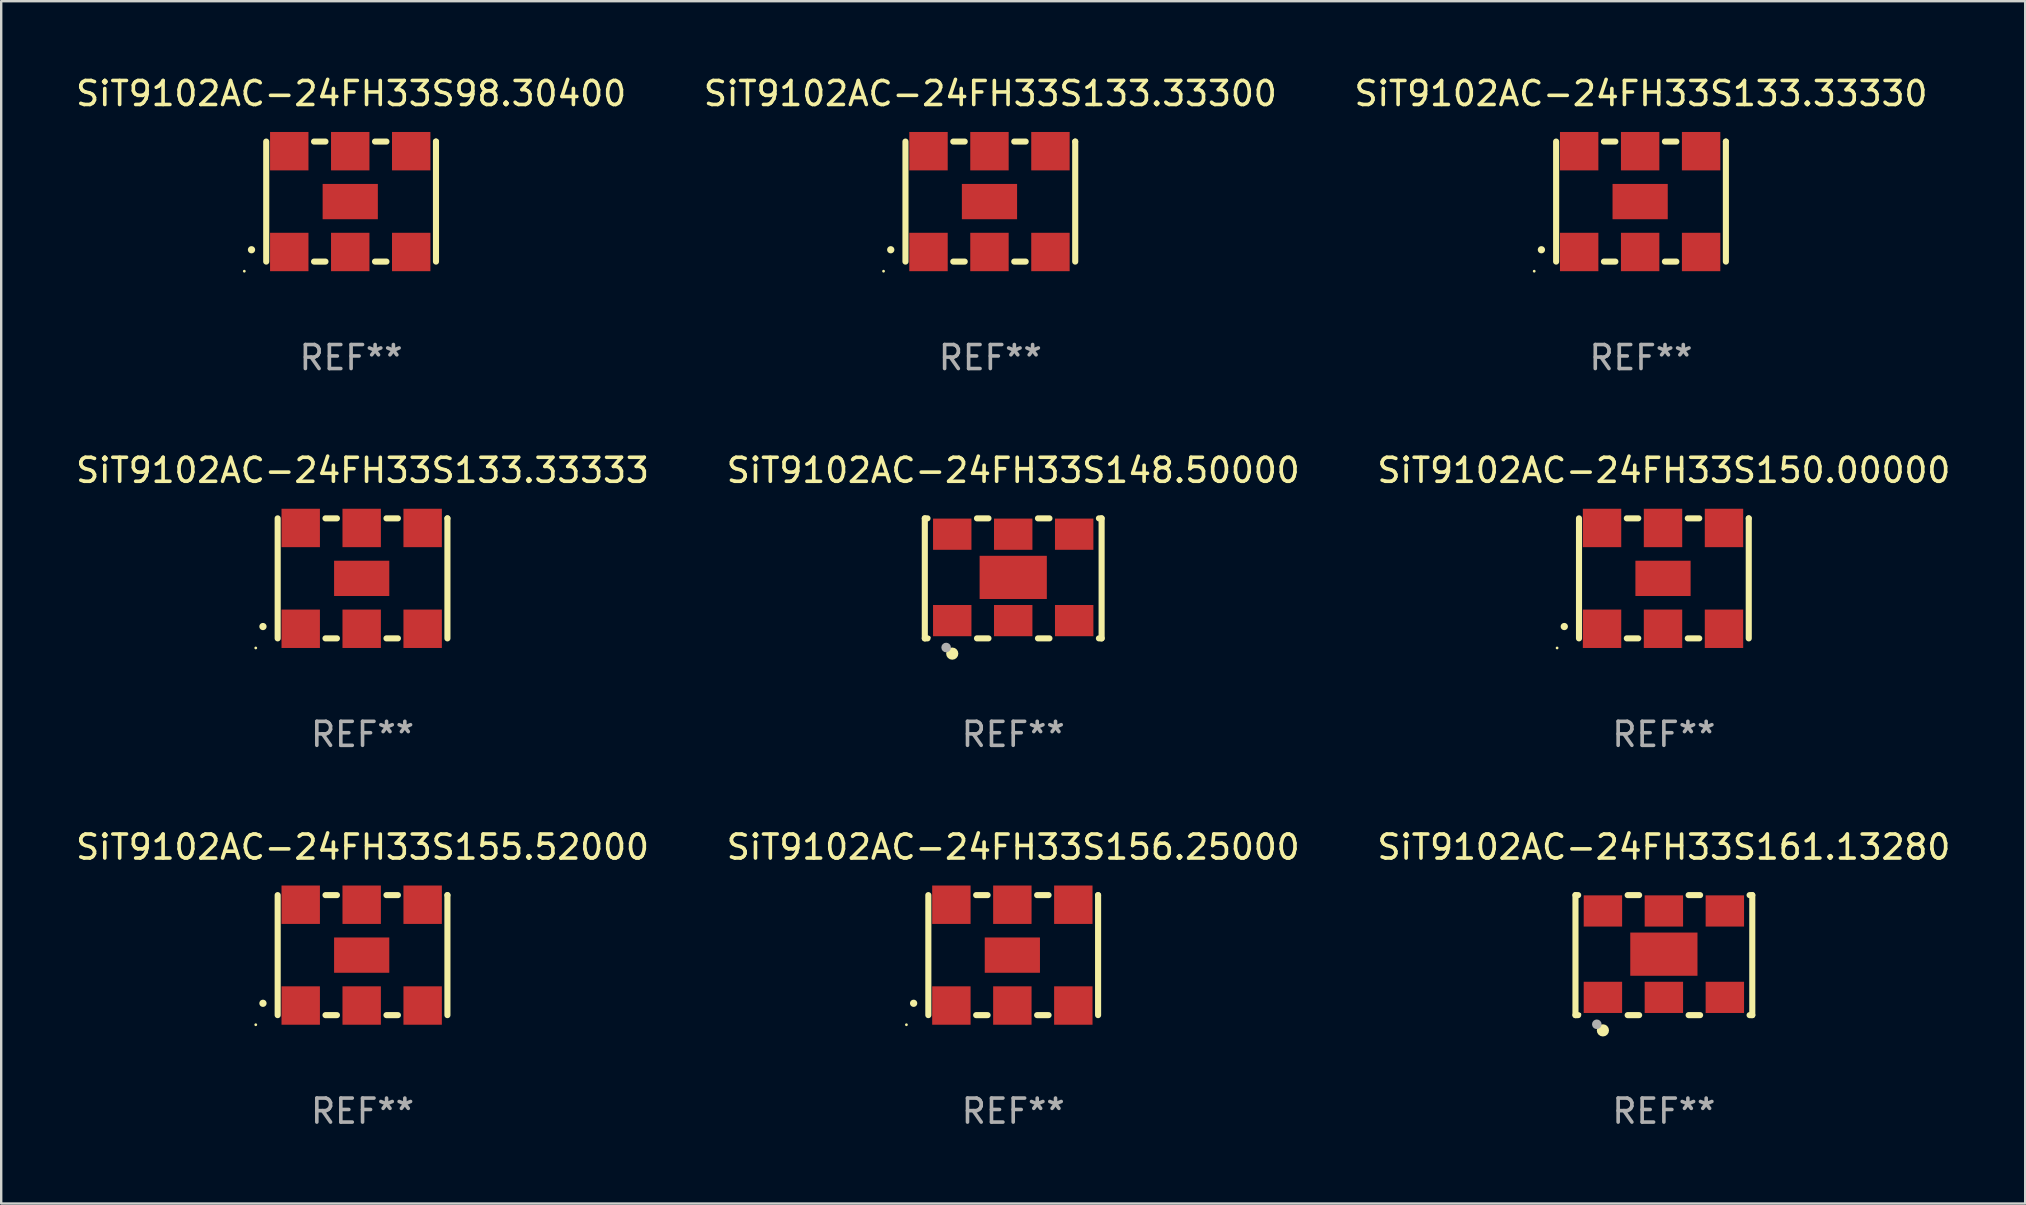
<source format=kicad_pcb>
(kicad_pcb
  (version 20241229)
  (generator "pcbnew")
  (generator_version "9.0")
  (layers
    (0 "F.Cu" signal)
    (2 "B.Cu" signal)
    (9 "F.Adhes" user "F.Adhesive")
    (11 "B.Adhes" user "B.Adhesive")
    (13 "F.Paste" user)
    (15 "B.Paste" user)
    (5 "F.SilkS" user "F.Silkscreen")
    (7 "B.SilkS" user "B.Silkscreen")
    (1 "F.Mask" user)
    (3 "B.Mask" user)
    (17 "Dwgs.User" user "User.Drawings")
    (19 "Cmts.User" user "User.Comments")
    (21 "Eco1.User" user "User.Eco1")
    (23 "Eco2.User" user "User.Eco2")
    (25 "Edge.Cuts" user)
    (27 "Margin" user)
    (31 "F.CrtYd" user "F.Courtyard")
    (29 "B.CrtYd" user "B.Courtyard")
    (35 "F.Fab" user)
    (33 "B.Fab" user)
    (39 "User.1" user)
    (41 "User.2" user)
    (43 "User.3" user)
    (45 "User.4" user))
  (footprint "SiT9102AC-24FH33S148.50000"
    (layer "F.Cu")
    (at 39.161 21.045)
    (property "Reference" "SiT9102AC-24FH33S148.50000" (at 0 -4.5 0) (layer "F.SilkS") (effects (font (size 1 1) (thickness 0.15))))
    (attr through_hole)
    (fp_line (start -3.683 -2.5) (end -3.571 -2.5) (stroke (width 0.254) (type solid)) (layer "F.SilkS"))
    (fp_line (start -3.683 2.5) (end -3.683 -2.5) (stroke (width 0.254) (type solid)) (layer "F.SilkS"))
    (fp_line (start -3.683 2.5) (end -3.571 2.5) (stroke (width 0.254) (type solid)) (layer "F.SilkS"))
    (fp_line (start -1.509 -2.5) (end -1.031 -2.5) (stroke (width 0.254) (type solid)) (layer "F.SilkS"))
    (fp_line (start -1.509 2.5) (end -1.031 2.5) (stroke (width 0.254) (type solid)) (layer "F.SilkS"))
    (fp_line (start 1.031 -2.5) (end 1.509 -2.5) (stroke (width 0.254) (type solid)) (layer "F.SilkS"))
    (fp_line (start 1.031 2.5) (end 1.509 2.5) (stroke (width 0.254) (type solid)) (layer "F.SilkS"))
    (fp_line (start 3.571 -2.5) (end 3.683 -2.5) (stroke (width 0.254) (type solid)) (layer "F.SilkS"))
    (fp_line (start 3.571 2.5) (end 3.683 2.5) (stroke (width 0.254) (type solid)) (layer "F.SilkS"))
    (fp_line (start 3.683 2.5) (end 3.683 -2.5) (stroke (width 0.254) (type solid)) (layer "F.SilkS"))
    (fp_circle (center -3.5 2.46) (end -3.47 2.46) (stroke (width 0.06) (type solid)) (fill no) (layer "F.SilkS"))
    (fp_circle (center -2.54 3.135) (end -2.413 3.135) (stroke (width 0.254) (type solid)) (fill no) (layer "F.SilkS"))
    (fp_circle (center -2.794 2.881) (end -2.694 2.881) (stroke (width 0.2) (type solid)) (fill no) (layer "F.Fab"))
    (fp_text user "REF**" (at 0 6.5 0) (layer "F.Fab") (effects (font (size 1 1) (thickness 0.15))))
    (pad "1" smd rect (at -2.54 1.76) (size 1.6 1.3) (layers "F.Cu" "F.Mask" "F.Paste"))
    (pad "2" smd rect (at 0 1.76) (size 1.6 1.3) (layers "F.Cu" "F.Mask" "F.Paste"))
    (pad "3" smd rect (at 2.54 1.76) (size 1.6 1.3) (layers "F.Cu" "F.Mask" "F.Paste"))
    (pad "4" smd rect (at 2.54 -1.84) (size 1.6 1.3) (layers "F.Cu" "F.Mask" "F.Paste"))
    (pad "5" smd rect (at 0 -1.84) (size 1.6 1.3) (layers "F.Cu" "F.Mask" "F.Paste"))
    (pad "6" smd rect (at -2.54 -1.84) (size 1.6 1.3) (layers "F.Cu" "F.Mask" "F.Paste"))
    (pad "7" smd rect (at 0 -0.04) (size 2.8 1.8) (layers "F.Cu" "F.Mask" "F.Paste")))
  (footprint "SiT9102AC-24FH33S133.33300"
    (layer "F.Cu")
    (at 38.208 5.348)
    (property "Reference" "SiT9102AC-24FH33S133.33300" (at 0 -4.5 0) (layer "F.SilkS") (effects (font (size 1 1) (thickness 0.15))))
    (attr through_hole)
    (fp_line (start -3.536 -2.5) (end -3.536 2.5) (stroke (width 0.254) (type solid)) (layer "F.SilkS"))
    (fp_line (start -1.544 2.5) (end -1.067 2.5) (stroke (width 0.254) (type solid)) (layer "F.SilkS"))
    (fp_line (start -1.067 -2.5) (end -1.544 -2.5) (stroke (width 0.254) (type solid)) (layer "F.SilkS"))
    (fp_line (start 0.996 2.5) (end 1.473 2.5) (stroke (width 0.254) (type solid)) (layer "F.SilkS"))
    (fp_line (start 1.473 -2.5) (end 0.996 -2.5) (stroke (width 0.254) (type solid)) (layer "F.SilkS"))
    (fp_line (start 3.536 -2.5) (end 3.536 -2.5) (stroke (width 0.254) (type solid)) (layer "F.SilkS"))
    (fp_line (start 3.536 2.5) (end 3.536 -2.5) (stroke (width 0.254) (type solid)) (layer "F.SilkS"))
    (fp_arc (start -4.150432 2.006604) (mid -4.149162 2.006599) (end -4.147892 2.006604) (stroke (width 0.3) (type solid)) (layer "F.SilkS"))
    (fp_circle (center -4.449 2.9) (end -4.419 2.9) (stroke (width 0.06) (type solid)) (fill no) (layer "F.SilkS"))
    (fp_text user "REF**" (at 0 6.5 0) (layer "F.Fab") (effects (font (size 1 1) (thickness 0.15))))
    (pad "1" smd rect (at -2.576 2.1) (size 1.6 1.6) (layers "F.Cu" "F.Mask" "F.Paste"))
    (pad "2" smd rect (at -0.036 2.1) (size 1.6 1.6) (layers "F.Cu" "F.Mask" "F.Paste"))
    (pad "3" smd rect (at 2.504 2.1) (size 1.6 1.6) (layers "F.Cu" "F.Mask" "F.Paste"))
    (pad "4" smd rect (at 2.504 -2.1) (size 1.6 1.6) (layers "F.Cu" "F.Mask" "F.Paste"))
    (pad "5" smd rect (at -0.036 -2.1) (size 1.6 1.6) (layers "F.Cu" "F.Mask" "F.Paste"))
    (pad "6" smd rect (at -2.576 -2.1) (size 1.6 1.6) (layers "F.Cu" "F.Mask" "F.Paste"))
    (pad "7" smd rect (at -0.036 0) (size 2.3 1.47) (layers "F.Cu" "F.Mask" "F.Paste")))
  (footprint "SiT9102AC-24FH33S133.33330"
    (layer "F.Cu")
    (at 65.315 5.348)
    (property "Reference" "SiT9102AC-24FH33S133.33330" (at 0 -4.5 0) (layer "F.SilkS") (effects (font (size 1 1) (thickness 0.15))))
    (attr through_hole)
    (fp_line (start -3.536 -2.5) (end -3.536 2.5) (stroke (width 0.254) (type solid)) (layer "F.SilkS"))
    (fp_line (start -1.544 2.5) (end -1.067 2.5) (stroke (width 0.254) (type solid)) (layer "F.SilkS"))
    (fp_line (start -1.067 -2.5) (end -1.544 -2.5) (stroke (width 0.254) (type solid)) (layer "F.SilkS"))
    (fp_line (start 0.996 2.5) (end 1.473 2.5) (stroke (width 0.254) (type solid)) (layer "F.SilkS"))
    (fp_line (start 1.473 -2.5) (end 0.996 -2.5) (stroke (width 0.254) (type solid)) (layer "F.SilkS"))
    (fp_line (start 3.536 -2.5) (end 3.536 -2.5) (stroke (width 0.254) (type solid)) (layer "F.SilkS"))
    (fp_line (start 3.536 2.5) (end 3.536 -2.5) (stroke (width 0.254) (type solid)) (layer "F.SilkS"))
    (fp_arc (start -4.150432 2.006604) (mid -4.149162 2.006599) (end -4.147892 2.006604) (stroke (width 0.3) (type solid)) (layer "F.SilkS"))
    (fp_circle (center -4.449 2.9) (end -4.419 2.9) (stroke (width 0.06) (type solid)) (fill no) (layer "F.SilkS"))
    (fp_text user "REF**" (at 0 6.5 0) (layer "F.Fab") (effects (font (size 1 1) (thickness 0.15))))
    (pad "1" smd rect (at -2.576 2.1) (size 1.6 1.6) (layers "F.Cu" "F.Mask" "F.Paste"))
    (pad "2" smd rect (at -0.036 2.1) (size 1.6 1.6) (layers "F.Cu" "F.Mask" "F.Paste"))
    (pad "3" smd rect (at 2.504 2.1) (size 1.6 1.6) (layers "F.Cu" "F.Mask" "F.Paste"))
    (pad "4" smd rect (at 2.504 -2.1) (size 1.6 1.6) (layers "F.Cu" "F.Mask" "F.Paste"))
    (pad "5" smd rect (at -0.036 -2.1) (size 1.6 1.6) (layers "F.Cu" "F.Mask" "F.Paste"))
    (pad "6" smd rect (at -2.576 -2.1) (size 1.6 1.6) (layers "F.Cu" "F.Mask" "F.Paste"))
    (pad "7" smd rect (at -0.036 0) (size 2.3 1.47) (layers "F.Cu" "F.Mask" "F.Paste")))
  (footprint "SiT9102AC-24FH33S98.30400"
    (layer "F.Cu")
    (at 11.577 5.348)
    (property "Reference" "SiT9102AC-24FH33S98.30400" (at 0 -4.5 0) (layer "F.SilkS") (effects (font (size 1 1) (thickness 0.15))))
    (attr through_hole)
    (fp_line (start -3.536 -2.5) (end -3.536 2.5) (stroke (width 0.254) (type solid)) (layer "F.SilkS"))
    (fp_line (start -1.544 2.5) (end -1.067 2.5) (stroke (width 0.254) (type solid)) (layer "F.SilkS"))
    (fp_line (start -1.067 -2.5) (end -1.544 -2.5) (stroke (width 0.254) (type solid)) (layer "F.SilkS"))
    (fp_line (start 0.996 2.5) (end 1.473 2.5) (stroke (width 0.254) (type solid)) (layer "F.SilkS"))
    (fp_line (start 1.473 -2.5) (end 0.996 -2.5) (stroke (width 0.254) (type solid)) (layer "F.SilkS"))
    (fp_line (start 3.536 -2.5) (end 3.536 -2.5) (stroke (width 0.254) (type solid)) (layer "F.SilkS"))
    (fp_line (start 3.536 2.5) (end 3.536 -2.5) (stroke (width 0.254) (type solid)) (layer "F.SilkS"))
    (fp_arc (start -4.150432 2.006604) (mid -4.149162 2.006599) (end -4.147892 2.006604) (stroke (width 0.3) (type solid)) (layer "F.SilkS"))
    (fp_circle (center -4.449 2.9) (end -4.419 2.9) (stroke (width 0.06) (type solid)) (fill no) (layer "F.SilkS"))
    (fp_text user "REF**" (at 0 6.5 0) (layer "F.Fab") (effects (font (size 1 1) (thickness 0.15))))
    (pad "1" smd rect (at -2.576 2.1) (size 1.6 1.6) (layers "F.Cu" "F.Mask" "F.Paste"))
    (pad "2" smd rect (at -0.036 2.1) (size 1.6 1.6) (layers "F.Cu" "F.Mask" "F.Paste"))
    (pad "3" smd rect (at 2.504 2.1) (size 1.6 1.6) (layers "F.Cu" "F.Mask" "F.Paste"))
    (pad "4" smd rect (at 2.504 -2.1) (size 1.6 1.6) (layers "F.Cu" "F.Mask" "F.Paste"))
    (pad "5" smd rect (at -0.036 -2.1) (size 1.6 1.6) (layers "F.Cu" "F.Mask" "F.Paste"))
    (pad "6" smd rect (at -2.576 -2.1) (size 1.6 1.6) (layers "F.Cu" "F.Mask" "F.Paste"))
    (pad "7" smd rect (at -0.036 0) (size 2.3 1.47) (layers "F.Cu" "F.Mask" "F.Paste")))
  (footprint "SiT9102AC-24FH33S155.52000"
    (layer "F.Cu")
    (at 12.054 36.741)
    (property "Reference" "SiT9102AC-24FH33S155.52000" (at 0 -4.5 0) (layer "F.SilkS") (effects (font (size 1 1) (thickness 0.15))))
    (attr through_hole)
    (fp_line (start -3.536 -2.5) (end -3.536 2.5) (stroke (width 0.254) (type solid)) (layer "F.SilkS"))
    (fp_line (start -1.544 2.5) (end -1.067 2.5) (stroke (width 0.254) (type solid)) (layer "F.SilkS"))
    (fp_line (start -1.067 -2.5) (end -1.544 -2.5) (stroke (width 0.254) (type solid)) (layer "F.SilkS"))
    (fp_line (start 0.996 2.5) (end 1.473 2.5) (stroke (width 0.254) (type solid)) (layer "F.SilkS"))
    (fp_line (start 1.473 -2.5) (end 0.996 -2.5) (stroke (width 0.254) (type solid)) (layer "F.SilkS"))
    (fp_line (start 3.536 -2.5) (end 3.536 -2.5) (stroke (width 0.254) (type solid)) (layer "F.SilkS"))
    (fp_line (start 3.536 2.5) (end 3.536 -2.5) (stroke (width 0.254) (type solid)) (layer "F.SilkS"))
    (fp_arc (start -4.150432 2.006604) (mid -4.149162 2.006599) (end -4.147892 2.006604) (stroke (width 0.3) (type solid)) (layer "F.SilkS"))
    (fp_circle (center -4.449 2.9) (end -4.419 2.9) (stroke (width 0.06) (type solid)) (fill no) (layer "F.SilkS"))
    (fp_text user "REF**" (at 0 6.5 0) (layer "F.Fab") (effects (font (size 1 1) (thickness 0.15))))
    (pad "1" smd rect (at -2.576 2.1) (size 1.6 1.6) (layers "F.Cu" "F.Mask" "F.Paste"))
    (pad "2" smd rect (at -0.036 2.1) (size 1.6 1.6) (layers "F.Cu" "F.Mask" "F.Paste"))
    (pad "3" smd rect (at 2.504 2.1) (size 1.6 1.6) (layers "F.Cu" "F.Mask" "F.Paste"))
    (pad "4" smd rect (at 2.504 -2.1) (size 1.6 1.6) (layers "F.Cu" "F.Mask" "F.Paste"))
    (pad "5" smd rect (at -0.036 -2.1) (size 1.6 1.6) (layers "F.Cu" "F.Mask" "F.Paste"))
    (pad "6" smd rect (at -2.576 -2.1) (size 1.6 1.6) (layers "F.Cu" "F.Mask" "F.Paste"))
    (pad "7" smd rect (at -0.036 0) (size 2.3 1.47) (layers "F.Cu" "F.Mask" "F.Paste")))
  (footprint "SiT9102AC-24FH33S150.00000"
    (layer "F.Cu")
    (at 66.268 21.045)
    (property "Reference" "SiT9102AC-24FH33S150.00000" (at 0 -4.5 0) (layer "F.SilkS") (effects (font (size 1 1) (thickness 0.15))))
    (attr through_hole)
    (fp_line (start -3.536 -2.5) (end -3.536 2.5) (stroke (width 0.254) (type solid)) (layer "F.SilkS"))
    (fp_line (start -1.544 2.5) (end -1.067 2.5) (stroke (width 0.254) (type solid)) (layer "F.SilkS"))
    (fp_line (start -1.067 -2.5) (end -1.544 -2.5) (stroke (width 0.254) (type solid)) (layer "F.SilkS"))
    (fp_line (start 0.996 2.5) (end 1.473 2.5) (stroke (width 0.254) (type solid)) (layer "F.SilkS"))
    (fp_line (start 1.473 -2.5) (end 0.996 -2.5) (stroke (width 0.254) (type solid)) (layer "F.SilkS"))
    (fp_line (start 3.536 -2.5) (end 3.536 -2.5) (stroke (width 0.254) (type solid)) (layer "F.SilkS"))
    (fp_line (start 3.536 2.5) (end 3.536 -2.5) (stroke (width 0.254) (type solid)) (layer "F.SilkS"))
    (fp_arc (start -4.150432 2.006604) (mid -4.149162 2.006599) (end -4.147892 2.006604) (stroke (width 0.3) (type solid)) (layer "F.SilkS"))
    (fp_circle (center -4.449 2.9) (end -4.419 2.9) (stroke (width 0.06) (type solid)) (fill no) (layer "F.SilkS"))
    (fp_text user "REF**" (at 0 6.5 0) (layer "F.Fab") (effects (font (size 1 1) (thickness 0.15))))
    (pad "1" smd rect (at -2.576 2.1) (size 1.6 1.6) (layers "F.Cu" "F.Mask" "F.Paste"))
    (pad "2" smd rect (at -0.036 2.1) (size 1.6 1.6) (layers "F.Cu" "F.Mask" "F.Paste"))
    (pad "3" smd rect (at 2.504 2.1) (size 1.6 1.6) (layers "F.Cu" "F.Mask" "F.Paste"))
    (pad "4" smd rect (at 2.504 -2.1) (size 1.6 1.6) (layers "F.Cu" "F.Mask" "F.Paste"))
    (pad "5" smd rect (at -0.036 -2.1) (size 1.6 1.6) (layers "F.Cu" "F.Mask" "F.Paste"))
    (pad "6" smd rect (at -2.576 -2.1) (size 1.6 1.6) (layers "F.Cu" "F.Mask" "F.Paste"))
    (pad "7" smd rect (at -0.036 0) (size 2.3 1.47) (layers "F.Cu" "F.Mask" "F.Paste")))
  (footprint "SiT9102AC-24FH33S161.13280"
    (layer "F.Cu")
    (at 66.268 36.741)
    (property "Reference" "SiT9102AC-24FH33S161.13280" (at 0 -4.5 0) (layer "F.SilkS") (effects (font (size 1 1) (thickness 0.15))))
    (attr through_hole)
    (fp_line (start -3.683 -2.5) (end -3.571 -2.5) (stroke (width 0.254) (type solid)) (layer "F.SilkS"))
    (fp_line (start -3.683 2.5) (end -3.683 -2.5) (stroke (width 0.254) (type solid)) (layer "F.SilkS"))
    (fp_line (start -3.683 2.5) (end -3.571 2.5) (stroke (width 0.254) (type solid)) (layer "F.SilkS"))
    (fp_line (start -1.509 -2.5) (end -1.031 -2.5) (stroke (width 0.254) (type solid)) (layer "F.SilkS"))
    (fp_line (start -1.509 2.5) (end -1.031 2.5) (stroke (width 0.254) (type solid)) (layer "F.SilkS"))
    (fp_line (start 1.031 -2.5) (end 1.509 -2.5) (stroke (width 0.254) (type solid)) (layer "F.SilkS"))
    (fp_line (start 1.031 2.5) (end 1.509 2.5) (stroke (width 0.254) (type solid)) (layer "F.SilkS"))
    (fp_line (start 3.571 -2.5) (end 3.683 -2.5) (stroke (width 0.254) (type solid)) (layer "F.SilkS"))
    (fp_line (start 3.571 2.5) (end 3.683 2.5) (stroke (width 0.254) (type solid)) (layer "F.SilkS"))
    (fp_line (start 3.683 2.5) (end 3.683 -2.5) (stroke (width 0.254) (type solid)) (layer "F.SilkS"))
    (fp_circle (center -3.5 2.46) (end -3.47 2.46) (stroke (width 0.06) (type solid)) (fill no) (layer "F.SilkS"))
    (fp_circle (center -2.54 3.135) (end -2.413 3.135) (stroke (width 0.254) (type solid)) (fill no) (layer "F.SilkS"))
    (fp_circle (center -2.794 2.881) (end -2.694 2.881) (stroke (width 0.2) (type solid)) (fill no) (layer "F.Fab"))
    (fp_text user "REF**" (at 0 6.5 0) (layer "F.Fab") (effects (font (size 1 1) (thickness 0.15))))
    (pad "1" smd rect (at -2.54 1.76) (size 1.6 1.3) (layers "F.Cu" "F.Mask" "F.Paste"))
    (pad "2" smd rect (at 0 1.76) (size 1.6 1.3) (layers "F.Cu" "F.Mask" "F.Paste"))
    (pad "3" smd rect (at 2.54 1.76) (size 1.6 1.3) (layers "F.Cu" "F.Mask" "F.Paste"))
    (pad "4" smd rect (at 2.54 -1.84) (size 1.6 1.3) (layers "F.Cu" "F.Mask" "F.Paste"))
    (pad "5" smd rect (at 0 -1.84) (size 1.6 1.3) (layers "F.Cu" "F.Mask" "F.Paste"))
    (pad "6" smd rect (at -2.54 -1.84) (size 1.6 1.3) (layers "F.Cu" "F.Mask" "F.Paste"))
    (pad "7" smd rect (at 0 -0.04) (size 2.8 1.8) (layers "F.Cu" "F.Mask" "F.Paste")))
  (footprint "SiT9102AC-24FH33S133.33333"
    (layer "F.Cu")
    (at 12.054 21.045)
    (property "Reference" "SiT9102AC-24FH33S133.33333" (at 0 -4.5 0) (layer "F.SilkS") (effects (font (size 1 1) (thickness 0.15))))
    (attr through_hole)
    (fp_line (start -3.536 -2.5) (end -3.536 2.5) (stroke (width 0.254) (type solid)) (layer "F.SilkS"))
    (fp_line (start -1.544 2.5) (end -1.067 2.5) (stroke (width 0.254) (type solid)) (layer "F.SilkS"))
    (fp_line (start -1.067 -2.5) (end -1.544 -2.5) (stroke (width 0.254) (type solid)) (layer "F.SilkS"))
    (fp_line (start 0.996 2.5) (end 1.473 2.5) (stroke (width 0.254) (type solid)) (layer "F.SilkS"))
    (fp_line (start 1.473 -2.5) (end 0.996 -2.5) (stroke (width 0.254) (type solid)) (layer "F.SilkS"))
    (fp_line (start 3.536 -2.5) (end 3.536 -2.5) (stroke (width 0.254) (type solid)) (layer "F.SilkS"))
    (fp_line (start 3.536 2.5) (end 3.536 -2.5) (stroke (width 0.254) (type solid)) (layer "F.SilkS"))
    (fp_arc (start -4.150432 2.006604) (mid -4.149162 2.006599) (end -4.147892 2.006604) (stroke (width 0.3) (type solid)) (layer "F.SilkS"))
    (fp_circle (center -4.449 2.9) (end -4.419 2.9) (stroke (width 0.06) (type solid)) (fill no) (layer "F.SilkS"))
    (fp_text user "REF**" (at 0 6.5 0) (layer "F.Fab") (effects (font (size 1 1) (thickness 0.15))))
    (pad "1" smd rect (at -2.576 2.1) (size 1.6 1.6) (layers "F.Cu" "F.Mask" "F.Paste"))
    (pad "2" smd rect (at -0.036 2.1) (size 1.6 1.6) (layers "F.Cu" "F.Mask" "F.Paste"))
    (pad "3" smd rect (at 2.504 2.1) (size 1.6 1.6) (layers "F.Cu" "F.Mask" "F.Paste"))
    (pad "4" smd rect (at 2.504 -2.1) (size 1.6 1.6) (layers "F.Cu" "F.Mask" "F.Paste"))
    (pad "5" smd rect (at -0.036 -2.1) (size 1.6 1.6) (layers "F.Cu" "F.Mask" "F.Paste"))
    (pad "6" smd rect (at -2.576 -2.1) (size 1.6 1.6) (layers "F.Cu" "F.Mask" "F.Paste"))
    (pad "7" smd rect (at -0.036 0) (size 2.3 1.47) (layers "F.Cu" "F.Mask" "F.Paste")))
  (footprint "SiT9102AC-24FH33S156.25000"
    (layer "F.Cu")
    (at 39.161 36.741)
    (property "Reference" "SiT9102AC-24FH33S156.25000" (at 0 -4.5 0) (layer "F.SilkS") (effects (font (size 1 1) (thickness 0.15))))
    (attr through_hole)
    (fp_line (start -3.536 -2.5) (end -3.536 2.5) (stroke (width 0.254) (type solid)) (layer "F.SilkS"))
    (fp_line (start -1.544 2.5) (end -1.067 2.5) (stroke (width 0.254) (type solid)) (layer "F.SilkS"))
    (fp_line (start -1.067 -2.5) (end -1.544 -2.5) (stroke (width 0.254) (type solid)) (layer "F.SilkS"))
    (fp_line (start 0.996 2.5) (end 1.473 2.5) (stroke (width 0.254) (type solid)) (layer "F.SilkS"))
    (fp_line (start 1.473 -2.5) (end 0.996 -2.5) (stroke (width 0.254) (type solid)) (layer "F.SilkS"))
    (fp_line (start 3.536 -2.5) (end 3.536 -2.5) (stroke (width 0.254) (type solid)) (layer "F.SilkS"))
    (fp_line (start 3.536 2.5) (end 3.536 -2.5) (stroke (width 0.254) (type solid)) (layer "F.SilkS"))
    (fp_arc (start -4.150432 2.006604) (mid -4.149162 2.006599) (end -4.147892 2.006604) (stroke (width 0.3) (type solid)) (layer "F.SilkS"))
    (fp_circle (center -4.449 2.9) (end -4.419 2.9) (stroke (width 0.06) (type solid)) (fill no) (layer "F.SilkS"))
    (fp_text user "REF**" (at 0 6.5 0) (layer "F.Fab") (effects (font (size 1 1) (thickness 0.15))))
    (pad "1" smd rect (at -2.576 2.1) (size 1.6 1.6) (layers "F.Cu" "F.Mask" "F.Paste"))
    (pad "2" smd rect (at -0.036 2.1) (size 1.6 1.6) (layers "F.Cu" "F.Mask" "F.Paste"))
    (pad "3" smd rect (at 2.504 2.1) (size 1.6 1.6) (layers "F.Cu" "F.Mask" "F.Paste"))
    (pad "4" smd rect (at 2.504 -2.1) (size 1.6 1.6) (layers "F.Cu" "F.Mask" "F.Paste"))
    (pad "5" smd rect (at -0.036 -2.1) (size 1.6 1.6) (layers "F.Cu" "F.Mask" "F.Paste"))
    (pad "6" smd rect (at -2.576 -2.1) (size 1.6 1.6) (layers "F.Cu" "F.Mask" "F.Paste"))
    (pad "7" smd rect (at -0.036 0) (size 2.3 1.47) (layers "F.Cu" "F.Mask" "F.Paste")))
  (gr_rect
    (start -3 -3)
    (end 81.321 47.09)
    (stroke (width 0.1) (type default))
    (fill no)
    (layer "Edge.Cuts")))
</source>
